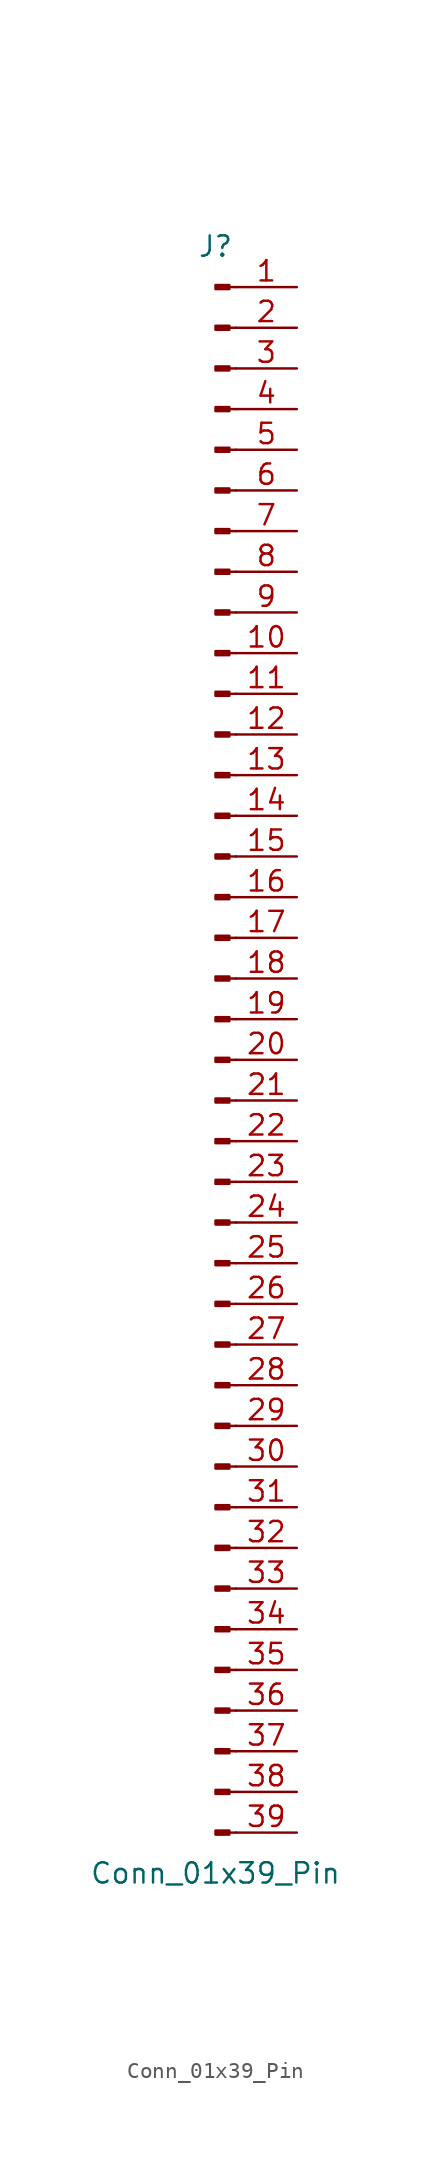
<source format=kicad_sym>
(kicad_symbol_lib
  (version 20241209)
  (generator "kicad_symbol_editor")
  (generator_version "9.0")
  (symbol "Conn_01x39_Pin"
    (pin_names
      (offset 1.016)
      (hide yes))
    (property "Reference" "J"
      (at 0 50.8 0)
      (effects (font (size 1.27 1.27))))
    (property "Value" "Conn_01x39_Pin"
      (at 0 -50.8 0)
      (effects (font (size 1.27 1.27))))
    (property "ki_locked" ""
      (at 0 0 0)
      (effects (font (size 1.27 1.27))))
    (symbol "Conn_01x39_Pin_1_1"
      (rectangle (start 0.864 48.387) (end 0 48.133) (stroke (width 0.152) (type default)) (fill (type outline)))
      (rectangle (start 0.864 45.847) (end 0 45.593) (stroke (width 0.152) (type default)) (fill (type outline)))
      (rectangle (start 0.864 43.307) (end 0 43.053) (stroke (width 0.152) (type default)) (fill (type outline)))
      (rectangle (start 0.864 40.767) (end 0 40.513) (stroke (width 0.152) (type default)) (fill (type outline)))
      (rectangle (start 0.864 38.227) (end 0 37.973) (stroke (width 0.152) (type default)) (fill (type outline)))
      (rectangle (start 0.864 35.687) (end 0 35.433) (stroke (width 0.152) (type default)) (fill (type outline)))
      (rectangle (start 0.864 33.147) (end 0 32.893) (stroke (width 0.152) (type default)) (fill (type outline)))
      (rectangle (start 0.864 30.607) (end 0 30.353) (stroke (width 0.152) (type default)) (fill (type outline)))
      (rectangle (start 0.864 28.067) (end 0 27.813) (stroke (width 0.152) (type default)) (fill (type outline)))
      (rectangle (start 0.864 25.527) (end 0 25.273) (stroke (width 0.152) (type default)) (fill (type outline)))
      (rectangle (start 0.864 22.987) (end 0 22.733) (stroke (width 0.152) (type default)) (fill (type outline)))
      (rectangle (start 0.864 20.447) (end 0 20.193) (stroke (width 0.152) (type default)) (fill (type outline)))
      (rectangle (start 0.864 17.907) (end 0 17.653) (stroke (width 0.152) (type default)) (fill (type outline)))
      (rectangle (start 0.864 15.367) (end 0 15.113) (stroke (width 0.152) (type default)) (fill (type outline)))
      (rectangle (start 0.864 12.827) (end 0 12.573) (stroke (width 0.152) (type default)) (fill (type outline)))
      (rectangle (start 0.864 10.287) (end 0 10.033) (stroke (width 0.152) (type default)) (fill (type outline)))
      (rectangle (start 0.864 7.747) (end 0 7.493) (stroke (width 0.152) (type default)) (fill (type outline)))
      (rectangle (start 0.864 5.207) (end 0 4.953) (stroke (width 0.152) (type default)) (fill (type outline)))
      (rectangle (start 0.864 2.667) (end 0 2.413) (stroke (width 0.152) (type default)) (fill (type outline)))
      (rectangle (start 0.864 0.127) (end 0 -0.127) (stroke (width 0.152) (type default)) (fill (type outline)))
      (rectangle (start 0.864 -2.413) (end 0 -2.667) (stroke (width 0.152) (type default)) (fill (type outline)))
      (rectangle (start 0.864 -4.953) (end 0 -5.207) (stroke (width 0.152) (type default)) (fill (type outline)))
      (rectangle (start 0.864 -7.493) (end 0 -7.747) (stroke (width 0.152) (type default)) (fill (type outline)))
      (rectangle (start 0.864 -10.033) (end 0 -10.287) (stroke (width 0.152) (type default)) (fill (type outline)))
      (rectangle (start 0.864 -12.573) (end 0 -12.827) (stroke (width 0.152) (type default)) (fill (type outline)))
      (rectangle (start 0.864 -15.113) (end 0 -15.367) (stroke (width 0.152) (type default)) (fill (type outline)))
      (rectangle (start 0.864 -17.653) (end 0 -17.907) (stroke (width 0.152) (type default)) (fill (type outline)))
      (rectangle (start 0.864 -20.193) (end 0 -20.447) (stroke (width 0.152) (type default)) (fill (type outline)))
      (rectangle (start 0.864 -22.733) (end 0 -22.987) (stroke (width 0.152) (type default)) (fill (type outline)))
      (rectangle (start 0.864 -25.273) (end 0 -25.527) (stroke (width 0.152) (type default)) (fill (type outline)))
      (rectangle (start 0.864 -27.813) (end 0 -28.067) (stroke (width 0.152) (type default)) (fill (type outline)))
      (rectangle (start 0.864 -30.353) (end 0 -30.607) (stroke (width 0.152) (type default)) (fill (type outline)))
      (rectangle (start 0.864 -32.893) (end 0 -33.147) (stroke (width 0.152) (type default)) (fill (type outline)))
      (rectangle (start 0.864 -35.433) (end 0 -35.687) (stroke (width 0.152) (type default)) (fill (type outline)))
      (rectangle (start 0.864 -37.973) (end 0 -38.227) (stroke (width 0.152) (type default)) (fill (type outline)))
      (rectangle (start 0.864 -40.513) (end 0 -40.767) (stroke (width 0.152) (type default)) (fill (type outline)))
      (rectangle (start 0.864 -43.053) (end 0 -43.307) (stroke (width 0.152) (type default)) (fill (type outline)))
      (rectangle (start 0.864 -45.593) (end 0 -45.847) (stroke (width 0.152) (type default)) (fill (type outline)))
      (rectangle (start 0.864 -48.133) (end 0 -48.387) (stroke (width 0.152) (type default)) (fill (type outline)))
      (polyline (pts (xy 1.27 48.26) (xy 0.864 48.26)) (stroke (width 0.152) (type default)) (fill (type none)))
      (polyline (pts (xy 1.27 45.72) (xy 0.864 45.72)) (stroke (width 0.152) (type default)) (fill (type none)))
      (polyline (pts (xy 1.27 43.18) (xy 0.864 43.18)) (stroke (width 0.152) (type default)) (fill (type none)))
      (polyline (pts (xy 1.27 40.64) (xy 0.864 40.64)) (stroke (width 0.152) (type default)) (fill (type none)))
      (polyline (pts (xy 1.27 38.1) (xy 0.864 38.1)) (stroke (width 0.152) (type default)) (fill (type none)))
      (polyline (pts (xy 1.27 35.56) (xy 0.864 35.56)) (stroke (width 0.152) (type default)) (fill (type none)))
      (polyline (pts (xy 1.27 33.02) (xy 0.864 33.02)) (stroke (width 0.152) (type default)) (fill (type none)))
      (polyline (pts (xy 1.27 30.48) (xy 0.864 30.48)) (stroke (width 0.152) (type default)) (fill (type none)))
      (polyline (pts (xy 1.27 27.94) (xy 0.864 27.94)) (stroke (width 0.152) (type default)) (fill (type none)))
      (polyline (pts (xy 1.27 25.4) (xy 0.864 25.4)) (stroke (width 0.152) (type default)) (fill (type none)))
      (polyline (pts (xy 1.27 22.86) (xy 0.864 22.86)) (stroke (width 0.152) (type default)) (fill (type none)))
      (polyline (pts (xy 1.27 20.32) (xy 0.864 20.32)) (stroke (width 0.152) (type default)) (fill (type none)))
      (polyline (pts (xy 1.27 17.78) (xy 0.864 17.78)) (stroke (width 0.152) (type default)) (fill (type none)))
      (polyline (pts (xy 1.27 15.24) (xy 0.864 15.24)) (stroke (width 0.152) (type default)) (fill (type none)))
      (polyline (pts (xy 1.27 12.7) (xy 0.864 12.7)) (stroke (width 0.152) (type default)) (fill (type none)))
      (polyline (pts (xy 1.27 10.16) (xy 0.864 10.16)) (stroke (width 0.152) (type default)) (fill (type none)))
      (polyline (pts (xy 1.27 7.62) (xy 0.864 7.62)) (stroke (width 0.152) (type default)) (fill (type none)))
      (polyline (pts (xy 1.27 5.08) (xy 0.864 5.08)) (stroke (width 0.152) (type default)) (fill (type none)))
      (polyline (pts (xy 1.27 2.54) (xy 0.864 2.54)) (stroke (width 0.152) (type default)) (fill (type none)))
      (polyline (pts (xy 1.27 0) (xy 0.864 0)) (stroke (width 0.152) (type default)) (fill (type none)))
      (polyline (pts (xy 1.27 -2.54) (xy 0.864 -2.54)) (stroke (width 0.152) (type default)) (fill (type none)))
      (polyline (pts (xy 1.27 -5.08) (xy 0.864 -5.08)) (stroke (width 0.152) (type default)) (fill (type none)))
      (polyline (pts (xy 1.27 -7.62) (xy 0.864 -7.62)) (stroke (width 0.152) (type default)) (fill (type none)))
      (polyline (pts (xy 1.27 -10.16) (xy 0.864 -10.16)) (stroke (width 0.152) (type default)) (fill (type none)))
      (polyline (pts (xy 1.27 -12.7) (xy 0.864 -12.7)) (stroke (width 0.152) (type default)) (fill (type none)))
      (polyline (pts (xy 1.27 -15.24) (xy 0.864 -15.24)) (stroke (width 0.152) (type default)) (fill (type none)))
      (polyline (pts (xy 1.27 -17.78) (xy 0.864 -17.78)) (stroke (width 0.152) (type default)) (fill (type none)))
      (polyline (pts (xy 1.27 -20.32) (xy 0.864 -20.32)) (stroke (width 0.152) (type default)) (fill (type none)))
      (polyline (pts (xy 1.27 -22.86) (xy 0.864 -22.86)) (stroke (width 0.152) (type default)) (fill (type none)))
      (polyline (pts (xy 1.27 -25.4) (xy 0.864 -25.4)) (stroke (width 0.152) (type default)) (fill (type none)))
      (polyline (pts (xy 1.27 -27.94) (xy 0.864 -27.94)) (stroke (width 0.152) (type default)) (fill (type none)))
      (polyline (pts (xy 1.27 -30.48) (xy 0.864 -30.48)) (stroke (width 0.152) (type default)) (fill (type none)))
      (polyline (pts (xy 1.27 -33.02) (xy 0.864 -33.02)) (stroke (width 0.152) (type default)) (fill (type none)))
      (polyline (pts (xy 1.27 -35.56) (xy 0.864 -35.56)) (stroke (width 0.152) (type default)) (fill (type none)))
      (polyline (pts (xy 1.27 -38.1) (xy 0.864 -38.1)) (stroke (width 0.152) (type default)) (fill (type none)))
      (polyline (pts (xy 1.27 -40.64) (xy 0.864 -40.64)) (stroke (width 0.152) (type default)) (fill (type none)))
      (polyline (pts (xy 1.27 -43.18) (xy 0.864 -43.18)) (stroke (width 0.152) (type default)) (fill (type none)))
      (polyline (pts (xy 1.27 -45.72) (xy 0.864 -45.72)) (stroke (width 0.152) (type default)) (fill (type none)))
      (polyline (pts (xy 1.27 -48.26) (xy 0.864 -48.26)) (stroke (width 0.152) (type default)) (fill (type none)))
      (pin passive line (at 5.08 48.26 180) (length 3.81) (name "Pin_1" (effects (font (size 1.27 1.27)))) (number "1" (effects (font (size 1.27 1.27)))))
      (pin passive line (at 5.08 45.72 180) (length 3.81) (name "Pin_2" (effects (font (size 1.27 1.27)))) (number "2" (effects (font (size 1.27 1.27)))))
      (pin passive line (at 5.08 43.18 180) (length 3.81) (name "Pin_3" (effects (font (size 1.27 1.27)))) (number "3" (effects (font (size 1.27 1.27)))))
      (pin passive line (at 5.08 40.64 180) (length 3.81) (name "Pin_4" (effects (font (size 1.27 1.27)))) (number "4" (effects (font (size 1.27 1.27)))))
      (pin passive line (at 5.08 38.1 180) (length 3.81) (name "Pin_5" (effects (font (size 1.27 1.27)))) (number "5" (effects (font (size 1.27 1.27)))))
      (pin passive line (at 5.08 35.56 180) (length 3.81) (name "Pin_6" (effects (font (size 1.27 1.27)))) (number "6" (effects (font (size 1.27 1.27)))))
      (pin passive line (at 5.08 33.02 180) (length 3.81) (name "Pin_7" (effects (font (size 1.27 1.27)))) (number "7" (effects (font (size 1.27 1.27)))))
      (pin passive line (at 5.08 30.48 180) (length 3.81) (name "Pin_8" (effects (font (size 1.27 1.27)))) (number "8" (effects (font (size 1.27 1.27)))))
      (pin passive line (at 5.08 27.94 180) (length 3.81) (name "Pin_9" (effects (font (size 1.27 1.27)))) (number "9" (effects (font (size 1.27 1.27)))))
      (pin passive line (at 5.08 25.4 180) (length 3.81) (name "Pin_10" (effects (font (size 1.27 1.27)))) (number "10" (effects (font (size 1.27 1.27)))))
      (pin passive line (at 5.08 22.86 180) (length 3.81) (name "Pin_11" (effects (font (size 1.27 1.27)))) (number "11" (effects (font (size 1.27 1.27)))))
      (pin passive line (at 5.08 20.32 180) (length 3.81) (name "Pin_12" (effects (font (size 1.27 1.27)))) (number "12" (effects (font (size 1.27 1.27)))))
      (pin passive line (at 5.08 17.78 180) (length 3.81) (name "Pin_13" (effects (font (size 1.27 1.27)))) (number "13" (effects (font (size 1.27 1.27)))))
      (pin passive line (at 5.08 15.24 180) (length 3.81) (name "Pin_14" (effects (font (size 1.27 1.27)))) (number "14" (effects (font (size 1.27 1.27)))))
      (pin passive line (at 5.08 12.7 180) (length 3.81) (name "Pin_15" (effects (font (size 1.27 1.27)))) (number "15" (effects (font (size 1.27 1.27)))))
      (pin passive line (at 5.08 10.16 180) (length 3.81) (name "Pin_16" (effects (font (size 1.27 1.27)))) (number "16" (effects (font (size 1.27 1.27)))))
      (pin passive line (at 5.08 7.62 180) (length 3.81) (name "Pin_17" (effects (font (size 1.27 1.27)))) (number "17" (effects (font (size 1.27 1.27)))))
      (pin passive line (at 5.08 5.08 180) (length 3.81) (name "Pin_18" (effects (font (size 1.27 1.27)))) (number "18" (effects (font (size 1.27 1.27)))))
      (pin passive line (at 5.08 2.54 180) (length 3.81) (name "Pin_19" (effects (font (size 1.27 1.27)))) (number "19" (effects (font (size 1.27 1.27)))))
      (pin passive line (at 5.08 0 180) (length 3.81) (name "Pin_20" (effects (font (size 1.27 1.27)))) (number "20" (effects (font (size 1.27 1.27)))))
      (pin passive line (at 5.08 -2.54 180) (length 3.81) (name "Pin_21" (effects (font (size 1.27 1.27)))) (number "21" (effects (font (size 1.27 1.27)))))
      (pin passive line (at 5.08 -5.08 180) (length 3.81) (name "Pin_22" (effects (font (size 1.27 1.27)))) (number "22" (effects (font (size 1.27 1.27)))))
      (pin passive line (at 5.08 -7.62 180) (length 3.81) (name "Pin_23" (effects (font (size 1.27 1.27)))) (number "23" (effects (font (size 1.27 1.27)))))
      (pin passive line (at 5.08 -10.16 180) (length 3.81) (name "Pin_24" (effects (font (size 1.27 1.27)))) (number "24" (effects (font (size 1.27 1.27)))))
      (pin passive line (at 5.08 -12.7 180) (length 3.81) (name "Pin_25" (effects (font (size 1.27 1.27)))) (number "25" (effects (font (size 1.27 1.27)))))
      (pin passive line (at 5.08 -15.24 180) (length 3.81) (name "Pin_26" (effects (font (size 1.27 1.27)))) (number "26" (effects (font (size 1.27 1.27)))))
      (pin passive line (at 5.08 -17.78 180) (length 3.81) (name "Pin_27" (effects (font (size 1.27 1.27)))) (number "27" (effects (font (size 1.27 1.27)))))
      (pin passive line (at 5.08 -20.32 180) (length 3.81) (name "Pin_28" (effects (font (size 1.27 1.27)))) (number "28" (effects (font (size 1.27 1.27)))))
      (pin passive line (at 5.08 -22.86 180) (length 3.81) (name "Pin_29" (effects (font (size 1.27 1.27)))) (number "29" (effects (font (size 1.27 1.27)))))
      (pin passive line (at 5.08 -25.4 180) (length 3.81) (name "Pin_30" (effects (font (size 1.27 1.27)))) (number "30" (effects (font (size 1.27 1.27)))))
      (pin passive line (at 5.08 -27.94 180) (length 3.81) (name "Pin_31" (effects (font (size 1.27 1.27)))) (number "31" (effects (font (size 1.27 1.27)))))
      (pin passive line (at 5.08 -30.48 180) (length 3.81) (name "Pin_32" (effects (font (size 1.27 1.27)))) (number "32" (effects (font (size 1.27 1.27)))))
      (pin passive line (at 5.08 -33.02 180) (length 3.81) (name "Pin_33" (effects (font (size 1.27 1.27)))) (number "33" (effects (font (size 1.27 1.27)))))
      (pin passive line (at 5.08 -35.56 180) (length 3.81) (name "Pin_34" (effects (font (size 1.27 1.27)))) (number "34" (effects (font (size 1.27 1.27)))))
      (pin passive line (at 5.08 -38.1 180) (length 3.81) (name "Pin_35" (effects (font (size 1.27 1.27)))) (number "35" (effects (font (size 1.27 1.27)))))
      (pin passive line (at 5.08 -40.64 180) (length 3.81) (name "Pin_36" (effects (font (size 1.27 1.27)))) (number "36" (effects (font (size 1.27 1.27)))))
      (pin passive line (at 5.08 -43.18 180) (length 3.81) (name "Pin_37" (effects (font (size 1.27 1.27)))) (number "37" (effects (font (size 1.27 1.27)))))
      (pin passive line (at 5.08 -45.72 180) (length 3.81) (name "Pin_38" (effects (font (size 1.27 1.27)))) (number "38" (effects (font (size 1.27 1.27)))))
      (pin passive line (at 5.08 -48.26 180) (length 3.81) (name "Pin_39" (effects (font (size 1.27 1.27)))) (number "39" (effects (font (size 1.27 1.27))))))))
</source>
